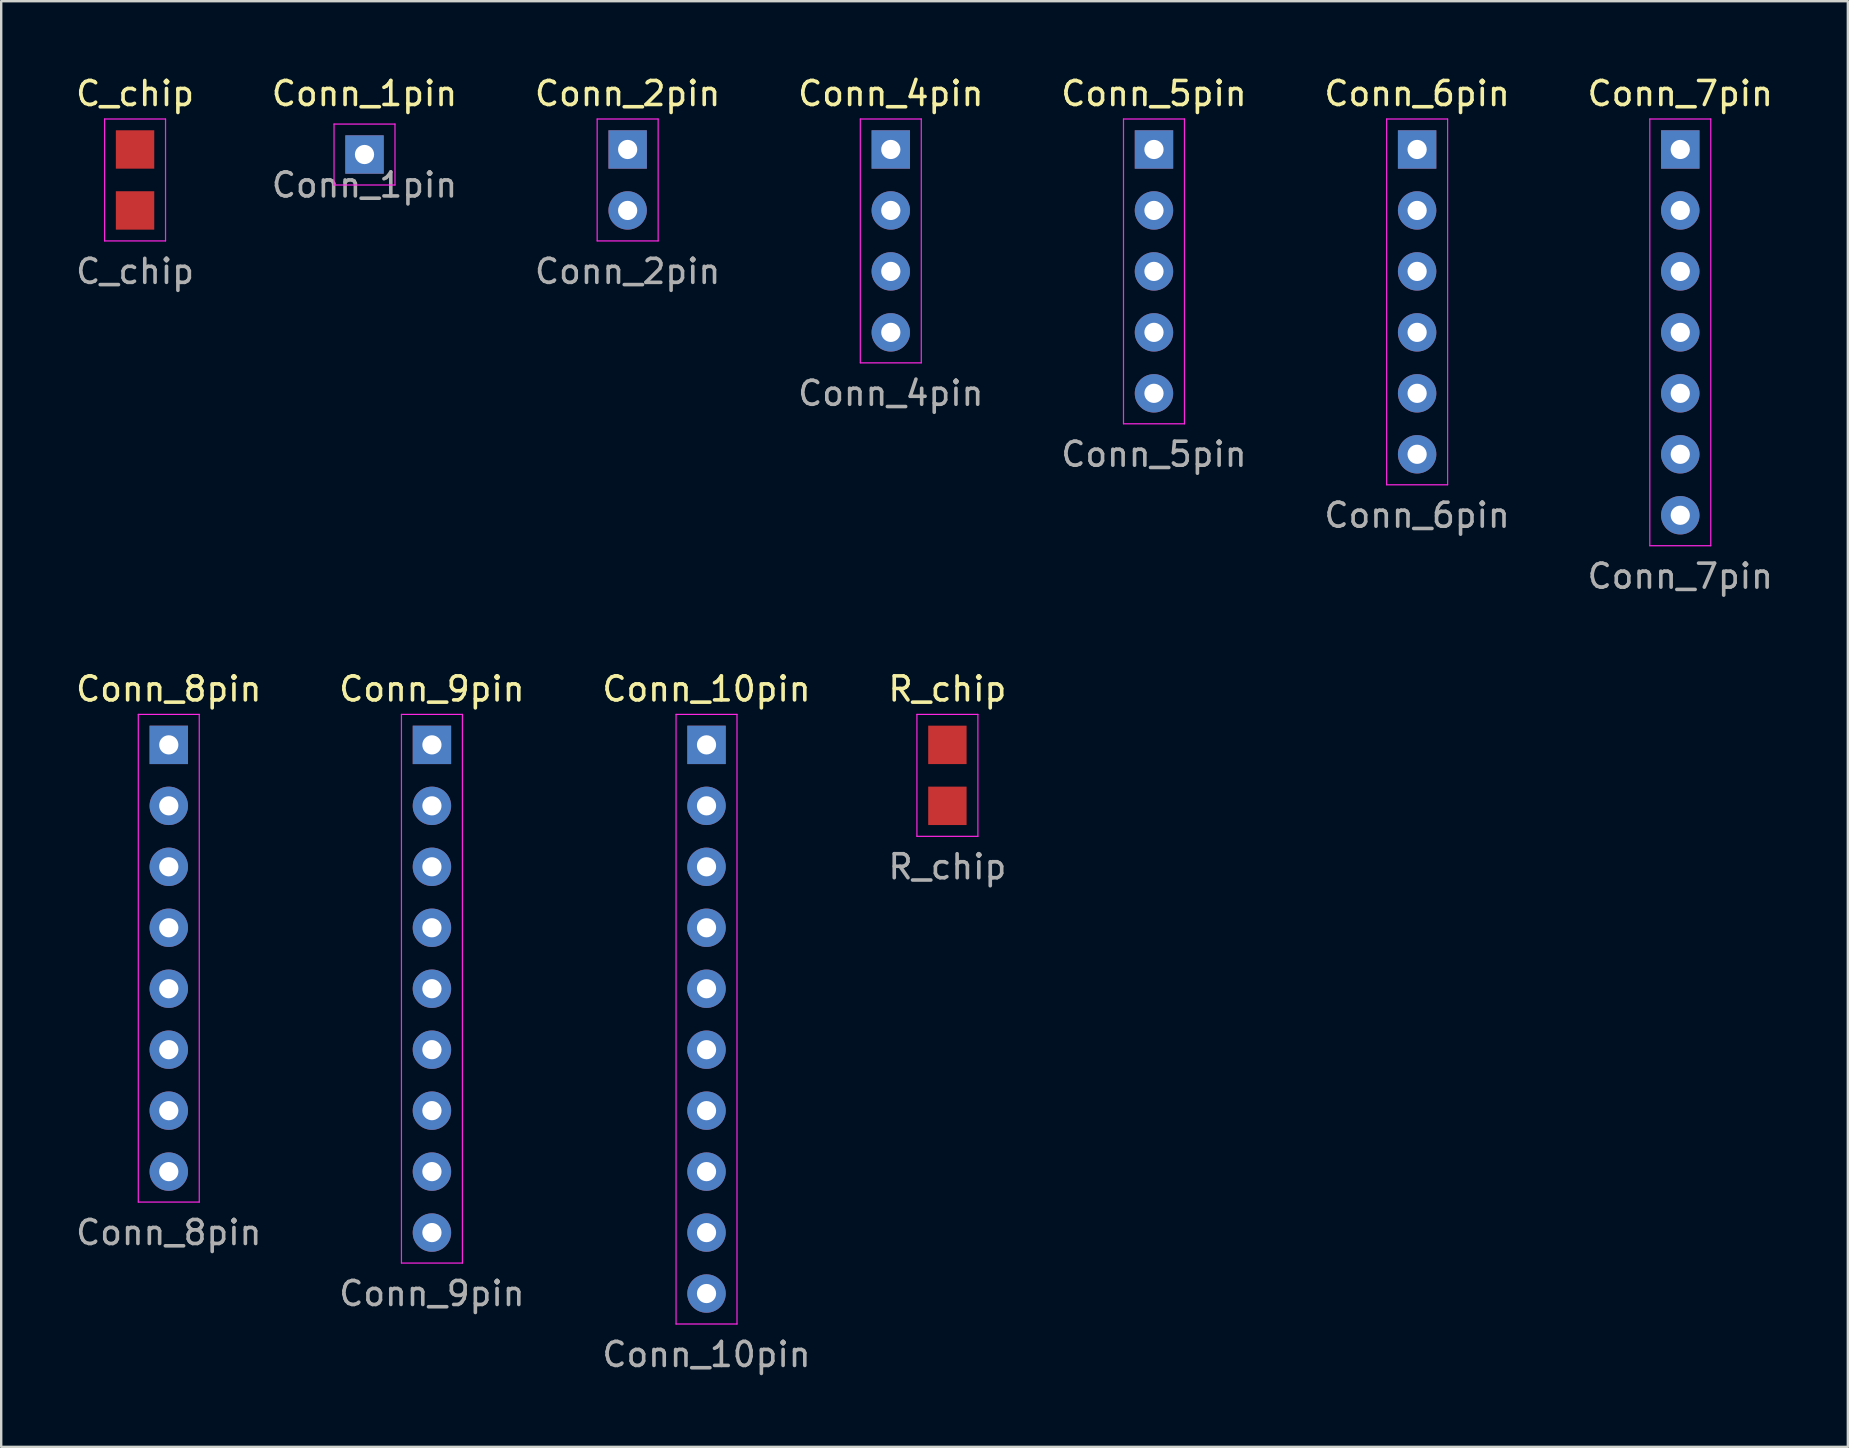
<source format=kicad_pcb>
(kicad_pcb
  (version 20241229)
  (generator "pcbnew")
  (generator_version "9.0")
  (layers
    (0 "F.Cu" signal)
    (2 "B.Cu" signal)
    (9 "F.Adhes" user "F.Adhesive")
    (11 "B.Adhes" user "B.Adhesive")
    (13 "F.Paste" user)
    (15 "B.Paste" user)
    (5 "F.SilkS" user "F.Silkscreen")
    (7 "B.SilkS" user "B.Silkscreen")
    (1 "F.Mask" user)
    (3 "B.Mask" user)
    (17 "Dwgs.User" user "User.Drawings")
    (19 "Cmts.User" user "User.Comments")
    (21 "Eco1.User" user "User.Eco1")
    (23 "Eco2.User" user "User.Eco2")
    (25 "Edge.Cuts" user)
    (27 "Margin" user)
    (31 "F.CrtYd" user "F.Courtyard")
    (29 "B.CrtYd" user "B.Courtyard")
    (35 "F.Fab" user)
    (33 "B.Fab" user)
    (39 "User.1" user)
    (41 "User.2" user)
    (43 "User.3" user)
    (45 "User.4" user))
  (footprint "Conn_10pin"
    (layer "F.Cu")
    (at 26.387 27.985)
    (property "Reference" "Conn_10pin" (at 0 -2.33 0) (layer "F.SilkS") (effects (font (size 1 1) (thickness 0.15))))
    (attr through_hole)
    (fp_line (start -1.27 -1.27) (end -1.27 24.13) (stroke (width 0.05) (type solid)) (layer "F.CrtYd"))
    (fp_line (start 1.27 -1.27) (end -1.27 -1.27) (stroke (width 0.05) (type solid)) (layer "F.CrtYd"))
    (fp_line (start 1.27 24.13) (end -1.27 24.13) (stroke (width 0.05) (type solid)) (layer "F.CrtYd"))
    (fp_line (start 1.27 24.13) (end 1.27 -1.27) (stroke (width 0.05) (type solid)) (layer "F.CrtYd"))
    (fp_text user "${REFERENCE}" (at 0 25.4 0) (layer "F.Fab") (effects (font (size 1 1) (thickness 0.15))))
    (pad "1" thru_hole rect (at 0 0) (size 1.6 1.6) (drill 0.8) (layers "*.Cu" "*.Mask"))
    (pad "2" thru_hole oval (at 0 2.54) (size 1.6 1.6) (drill 0.8) (layers "*.Cu" "*.Mask"))
    (pad "3" thru_hole oval (at 0 5.08) (size 1.6 1.6) (drill 0.8) (layers "*.Cu" "*.Mask"))
    (pad "4" thru_hole oval (at 0 7.62) (size 1.6 1.6) (drill 0.8) (layers "*.Cu" "*.Mask"))
    (pad "5" thru_hole oval (at 0 10.16) (size 1.6 1.6) (drill 0.8) (layers "*.Cu" "*.Mask"))
    (pad "6" thru_hole oval (at 0 12.7) (size 1.6 1.6) (drill 0.8) (layers "*.Cu" "*.Mask"))
    (pad "7" thru_hole oval (at 0 15.24) (size 1.6 1.6) (drill 0.8) (layers "*.Cu" "*.Mask"))
    (pad "8" thru_hole oval (at 0 17.78) (size 1.6 1.6) (drill 0.8) (layers "*.Cu" "*.Mask"))
    (pad "9" thru_hole oval (at 0 20.32) (size 1.6 1.6) (drill 0.8) (layers "*.Cu" "*.Mask"))
    (pad "10" thru_hole oval (at 0 22.86) (size 1.6 1.6) (drill 0.8) (layers "*.Cu" "*.Mask")))
  (footprint "C_chip"
    (layer "F.Cu")
    (at 2.577 3.178)
    (property "Reference" "C_chip" (at 0 -2.33 0) (layer "F.SilkS") (effects (font (size 1 1) (thickness 0.15))))
    (attr through_hole)
    (fp_line (start -1.27 -1.27) (end -1.27 3.81) (stroke (width 0.05) (type solid)) (layer "F.CrtYd"))
    (fp_line (start 1.27 -1.27) (end -1.27 -1.27) (stroke (width 0.05) (type solid)) (layer "F.CrtYd"))
    (fp_line (start 1.27 3.81) (end -1.27 3.81) (stroke (width 0.05) (type solid)) (layer "F.CrtYd"))
    (fp_line (start 1.27 3.81) (end 1.27 -1.27) (stroke (width 0.05) (type solid)) (layer "F.CrtYd"))
    (fp_text user "${REFERENCE}" (at 0 5.08 0) (layer "F.Fab") (effects (font (size 1 1) (thickness 0.15))))
    (pad "1" smd rect (at 0 0) (size 1.6 1.6) (layers "F.Cu" "F.Mask" "F.Paste"))
    (pad "2" smd rect (at 0 2.54) (size 1.6 1.6) (layers "F.Cu" "F.Mask" "F.Paste")))
  (footprint "Conn_6pin"
    (layer "F.Cu")
    (at 55.994 3.178)
    (property "Reference" "Conn_6pin" (at 0 -2.33 0) (layer "F.SilkS") (effects (font (size 1 1) (thickness 0.15))))
    (attr through_hole)
    (fp_line (start -1.27 -1.27) (end -1.27 13.97) (stroke (width 0.05) (type solid)) (layer "F.CrtYd"))
    (fp_line (start 1.27 -1.27) (end -1.27 -1.27) (stroke (width 0.05) (type solid)) (layer "F.CrtYd"))
    (fp_line (start 1.27 13.97) (end -1.27 13.97) (stroke (width 0.05) (type solid)) (layer "F.CrtYd"))
    (fp_line (start 1.27 13.97) (end 1.27 -1.27) (stroke (width 0.05) (type solid)) (layer "F.CrtYd"))
    (fp_text user "${REFERENCE}" (at 0 15.24 0) (layer "F.Fab") (effects (font (size 1 1) (thickness 0.15))))
    (pad "1" thru_hole rect (at 0 0) (size 1.6 1.6) (drill 0.8) (layers "*.Cu" "*.Mask"))
    (pad "2" thru_hole oval (at 0 2.54) (size 1.6 1.6) (drill 0.8) (layers "*.Cu" "*.Mask"))
    (pad "3" thru_hole oval (at 0 5.08) (size 1.6 1.6) (drill 0.8) (layers "*.Cu" "*.Mask"))
    (pad "4" thru_hole oval (at 0 7.62) (size 1.6 1.6) (drill 0.8) (layers "*.Cu" "*.Mask"))
    (pad "5" thru_hole oval (at 0 10.16) (size 1.6 1.6) (drill 0.8) (layers "*.Cu" "*.Mask"))
    (pad "6" thru_hole oval (at 0 12.7) (size 1.6 1.6) (drill 0.8) (layers "*.Cu" "*.Mask")))
  (footprint "Conn_4pin"
    (layer "F.Cu")
    (at 34.065 3.178)
    (property "Reference" "Conn_4pin" (at 0 -2.33 0) (layer "F.SilkS") (effects (font (size 1 1) (thickness 0.15))))
    (attr through_hole)
    (fp_line (start -1.27 -1.27) (end -1.27 8.89) (stroke (width 0.05) (type solid)) (layer "F.CrtYd"))
    (fp_line (start 1.27 -1.27) (end -1.27 -1.27) (stroke (width 0.05) (type solid)) (layer "F.CrtYd"))
    (fp_line (start 1.27 8.89) (end -1.27 8.89) (stroke (width 0.05) (type solid)) (layer "F.CrtYd"))
    (fp_line (start 1.27 8.89) (end 1.27 -1.27) (stroke (width 0.05) (type solid)) (layer "F.CrtYd"))
    (fp_text user "${REFERENCE}" (at 0 10.16 0) (layer "F.Fab") (effects (font (size 1 1) (thickness 0.15))))
    (pad "1" thru_hole rect (at 0 0) (size 1.6 1.6) (drill 0.8) (layers "*.Cu" "*.Mask"))
    (pad "2" thru_hole oval (at 0 2.54) (size 1.6 1.6) (drill 0.8) (layers "*.Cu" "*.Mask"))
    (pad "3" thru_hole oval (at 0 5.08) (size 1.6 1.6) (drill 0.8) (layers "*.Cu" "*.Mask"))
    (pad "4" thru_hole oval (at 0 7.62) (size 1.6 1.6) (drill 0.8) (layers "*.Cu" "*.Mask")))
  (footprint "Conn_1pin"
    (layer "F.Cu")
    (at 12.137 3.388)
    (property "Reference" "Conn_1pin" (at 0 -2.54 0) (layer "F.SilkS") (effects (font (size 1 1) (thickness 0.15))))
    (attr through_hole)
    (fp_line (start -1.27 -1.27) (end -1.27 1.27) (stroke (width 0.05) (type solid)) (layer "F.CrtYd"))
    (fp_line (start 1.27 -1.27) (end -1.27 -1.27) (stroke (width 0.05) (type solid)) (layer "F.CrtYd"))
    (fp_line (start 1.27 1.27) (end -1.27 1.27) (stroke (width 0.05) (type solid)) (layer "F.CrtYd"))
    (fp_line (start 1.27 1.27) (end 1.27 -1.27) (stroke (width 0.05) (type solid)) (layer "F.CrtYd"))
    (fp_text user "${REFERENCE}" (at 0 1.27 0) (layer "F.Fab") (effects (font (size 1 1) (thickness 0.15))))
    (pad "1" thru_hole rect (at 0 0) (size 1.6 1.6) (drill 0.8) (layers "*.Cu" "*.Mask")))
  (footprint "Conn_5pin"
    (layer "F.Cu")
    (at 45.03 3.178)
    (property "Reference" "Conn_5pin" (at 0 -2.33 0) (layer "F.SilkS") (effects (font (size 1 1) (thickness 0.15))))
    (attr through_hole)
    (fp_line (start -1.27 -1.27) (end -1.27 11.43) (stroke (width 0.05) (type solid)) (layer "F.CrtYd"))
    (fp_line (start 1.27 -1.27) (end -1.27 -1.27) (stroke (width 0.05) (type solid)) (layer "F.CrtYd"))
    (fp_line (start 1.27 11.43) (end -1.27 11.43) (stroke (width 0.05) (type solid)) (layer "F.CrtYd"))
    (fp_line (start 1.27 11.43) (end 1.27 -1.27) (stroke (width 0.05) (type solid)) (layer "F.CrtYd"))
    (fp_text user "${REFERENCE}" (at 0 12.7 0) (layer "F.Fab") (effects (font (size 1 1) (thickness 0.15))))
    (pad "1" thru_hole rect (at 0 0) (size 1.6 1.6) (drill 0.8) (layers "*.Cu" "*.Mask"))
    (pad "2" thru_hole oval (at 0 2.54) (size 1.6 1.6) (drill 0.8) (layers "*.Cu" "*.Mask"))
    (pad "3" thru_hole oval (at 0 5.08) (size 1.6 1.6) (drill 0.8) (layers "*.Cu" "*.Mask"))
    (pad "4" thru_hole oval (at 0 7.62) (size 1.6 1.6) (drill 0.8) (layers "*.Cu" "*.Mask"))
    (pad "5" thru_hole oval (at 0 10.16) (size 1.6 1.6) (drill 0.8) (layers "*.Cu" "*.Mask")))
  (footprint "Conn_9pin"
    (layer "F.Cu")
    (at 14.946 27.985)
    (property "Reference" "Conn_9pin" (at 0 -2.33 0) (layer "F.SilkS") (effects (font (size 1 1) (thickness 0.15))))
    (attr through_hole)
    (fp_line (start -1.27 -1.27) (end -1.27 21.59) (stroke (width 0.05) (type solid)) (layer "F.CrtYd"))
    (fp_line (start 1.27 -1.27) (end -1.27 -1.27) (stroke (width 0.05) (type solid)) (layer "F.CrtYd"))
    (fp_line (start 1.27 21.59) (end -1.27 21.59) (stroke (width 0.05) (type solid)) (layer "F.CrtYd"))
    (fp_line (start 1.27 21.59) (end 1.27 -1.27) (stroke (width 0.05) (type solid)) (layer "F.CrtYd"))
    (fp_text user "${REFERENCE}" (at 0 22.86 0) (layer "F.Fab") (effects (font (size 1 1) (thickness 0.15))))
    (pad "1" thru_hole rect (at 0 0) (size 1.6 1.6) (drill 0.8) (layers "*.Cu" "*.Mask"))
    (pad "2" thru_hole oval (at 0 2.54) (size 1.6 1.6) (drill 0.8) (layers "*.Cu" "*.Mask"))
    (pad "3" thru_hole oval (at 0 5.08) (size 1.6 1.6) (drill 0.8) (layers "*.Cu" "*.Mask"))
    (pad "4" thru_hole oval (at 0 7.62) (size 1.6 1.6) (drill 0.8) (layers "*.Cu" "*.Mask"))
    (pad "5" thru_hole oval (at 0 10.16) (size 1.6 1.6) (drill 0.8) (layers "*.Cu" "*.Mask"))
    (pad "6" thru_hole oval (at 0 12.7) (size 1.6 1.6) (drill 0.8) (layers "*.Cu" "*.Mask"))
    (pad "7" thru_hole oval (at 0 15.24) (size 1.6 1.6) (drill 0.8) (layers "*.Cu" "*.Mask"))
    (pad "8" thru_hole oval (at 0 17.78) (size 1.6 1.6) (drill 0.8) (layers "*.Cu" "*.Mask"))
    (pad "9" thru_hole oval (at 0 20.32) (size 1.6 1.6) (drill 0.8) (layers "*.Cu" "*.Mask")))
  (footprint "R_chip"
    (layer "F.Cu")
    (at 36.423 27.985)
    (property "Reference" "R_chip" (at 0 -2.33 0) (layer "F.SilkS") (effects (font (size 1 1) (thickness 0.15))))
    (attr through_hole)
    (fp_line (start -1.27 -1.27) (end -1.27 3.81) (stroke (width 0.05) (type solid)) (layer "F.CrtYd"))
    (fp_line (start 1.27 -1.27) (end -1.27 -1.27) (stroke (width 0.05) (type solid)) (layer "F.CrtYd"))
    (fp_line (start 1.27 3.81) (end -1.27 3.81) (stroke (width 0.05) (type solid)) (layer "F.CrtYd"))
    (fp_line (start 1.27 3.81) (end 1.27 -1.27) (stroke (width 0.05) (type solid)) (layer "F.CrtYd"))
    (fp_text user "${REFERENCE}" (at 0 5.08 0) (layer "F.Fab") (effects (font (size 1 1) (thickness 0.15))))
    (pad "1" smd rect (at 0 0) (size 1.6 1.6) (layers "F.Cu" "F.Mask" "F.Paste"))
    (pad "2" smd rect (at 0 2.54) (size 1.6 1.6) (layers "F.Cu" "F.Mask" "F.Paste")))
  (footprint "Conn_7pin"
    (layer "F.Cu")
    (at 66.958 3.178)
    (property "Reference" "Conn_7pin" (at 0 -2.33 0) (layer "F.SilkS") (effects (font (size 1 1) (thickness 0.15))))
    (attr through_hole)
    (fp_line (start -1.27 -1.27) (end -1.27 16.51) (stroke (width 0.05) (type solid)) (layer "F.CrtYd"))
    (fp_line (start 1.27 -1.27) (end -1.27 -1.27) (stroke (width 0.05) (type solid)) (layer "F.CrtYd"))
    (fp_line (start 1.27 16.51) (end -1.27 16.51) (stroke (width 0.05) (type solid)) (layer "F.CrtYd"))
    (fp_line (start 1.27 16.51) (end 1.27 -1.27) (stroke (width 0.05) (type solid)) (layer "F.CrtYd"))
    (fp_text user "${REFERENCE}" (at 0 17.78 0) (layer "F.Fab") (effects (font (size 1 1) (thickness 0.15))))
    (pad "1" thru_hole rect (at 0 0) (size 1.6 1.6) (drill 0.8) (layers "*.Cu" "*.Mask"))
    (pad "2" thru_hole oval (at 0 2.54) (size 1.6 1.6) (drill 0.8) (layers "*.Cu" "*.Mask"))
    (pad "3" thru_hole oval (at 0 5.08) (size 1.6 1.6) (drill 0.8) (layers "*.Cu" "*.Mask"))
    (pad "4" thru_hole oval (at 0 7.62) (size 1.6 1.6) (drill 0.8) (layers "*.Cu" "*.Mask"))
    (pad "5" thru_hole oval (at 0 10.16) (size 1.6 1.6) (drill 0.8) (layers "*.Cu" "*.Mask"))
    (pad "6" thru_hole oval (at 0 12.7) (size 1.6 1.6) (drill 0.8) (layers "*.Cu" "*.Mask"))
    (pad "7" thru_hole oval (at 0 15.24) (size 1.6 1.6) (drill 0.8) (layers "*.Cu" "*.Mask")))
  (footprint "Conn_2pin"
    (layer "F.Cu")
    (at 23.101 3.178)
    (property "Reference" "Conn_2pin" (at 0 -2.33 0) (layer "F.SilkS") (effects (font (size 1 1) (thickness 0.15))))
    (attr through_hole)
    (fp_line (start -1.27 -1.27) (end -1.27 3.81) (stroke (width 0.05) (type solid)) (layer "F.CrtYd"))
    (fp_line (start 1.27 -1.27) (end -1.27 -1.27) (stroke (width 0.05) (type solid)) (layer "F.CrtYd"))
    (fp_line (start 1.27 3.81) (end -1.27 3.81) (stroke (width 0.05) (type solid)) (layer "F.CrtYd"))
    (fp_line (start 1.27 3.81) (end 1.27 -1.27) (stroke (width 0.05) (type solid)) (layer "F.CrtYd"))
    (fp_text user "${REFERENCE}" (at 0 5.08 0) (layer "F.Fab") (effects (font (size 1 1) (thickness 0.15))))
    (pad "1" thru_hole rect (at 0 0) (size 1.6 1.6) (drill 0.8) (layers "*.Cu" "*.Mask"))
    (pad "2" thru_hole oval (at 0 2.54) (size 1.6 1.6) (drill 0.8) (layers "*.Cu" "*.Mask")))
  (footprint "Conn_8pin"
    (layer "F.Cu")
    (at 3.982 27.985)
    (property "Reference" "Conn_8pin" (at 0 -2.33 0) (layer "F.SilkS") (effects (font (size 1 1) (thickness 0.15))))
    (attr through_hole)
    (fp_line (start -1.27 -1.27) (end -1.27 19.05) (stroke (width 0.05) (type solid)) (layer "F.CrtYd"))
    (fp_line (start 1.27 -1.27) (end -1.27 -1.27) (stroke (width 0.05) (type solid)) (layer "F.CrtYd"))
    (fp_line (start 1.27 19.05) (end -1.27 19.05) (stroke (width 0.05) (type solid)) (layer "F.CrtYd"))
    (fp_line (start 1.27 19.05) (end 1.27 -1.27) (stroke (width 0.05) (type solid)) (layer "F.CrtYd"))
    (fp_text user "${REFERENCE}" (at 0 20.32 0) (layer "F.Fab") (effects (font (size 1 1) (thickness 0.15))))
    (pad "1" thru_hole rect (at 0 0) (size 1.6 1.6) (drill 0.8) (layers "*.Cu" "*.Mask"))
    (pad "2" thru_hole oval (at 0 2.54) (size 1.6 1.6) (drill 0.8) (layers "*.Cu" "*.Mask"))
    (pad "3" thru_hole oval (at 0 5.08) (size 1.6 1.6) (drill 0.8) (layers "*.Cu" "*.Mask"))
    (pad "4" thru_hole oval (at 0 7.62) (size 1.6 1.6) (drill 0.8) (layers "*.Cu" "*.Mask"))
    (pad "5" thru_hole oval (at 0 10.16) (size 1.6 1.6) (drill 0.8) (layers "*.Cu" "*.Mask"))
    (pad "6" thru_hole oval (at 0 12.7) (size 1.6 1.6) (drill 0.8) (layers "*.Cu" "*.Mask"))
    (pad "7" thru_hole oval (at 0 15.24) (size 1.6 1.6) (drill 0.8) (layers "*.Cu" "*.Mask"))
    (pad "8" thru_hole oval (at 0 17.78) (size 1.6 1.6) (drill 0.8) (layers "*.Cu" "*.Mask")))
  (gr_rect
    (start -3 -3)
    (end 73.94 57.233)
    (stroke (width 0.1) (type default))
    (fill no)
    (layer "Edge.Cuts")))
</source>
